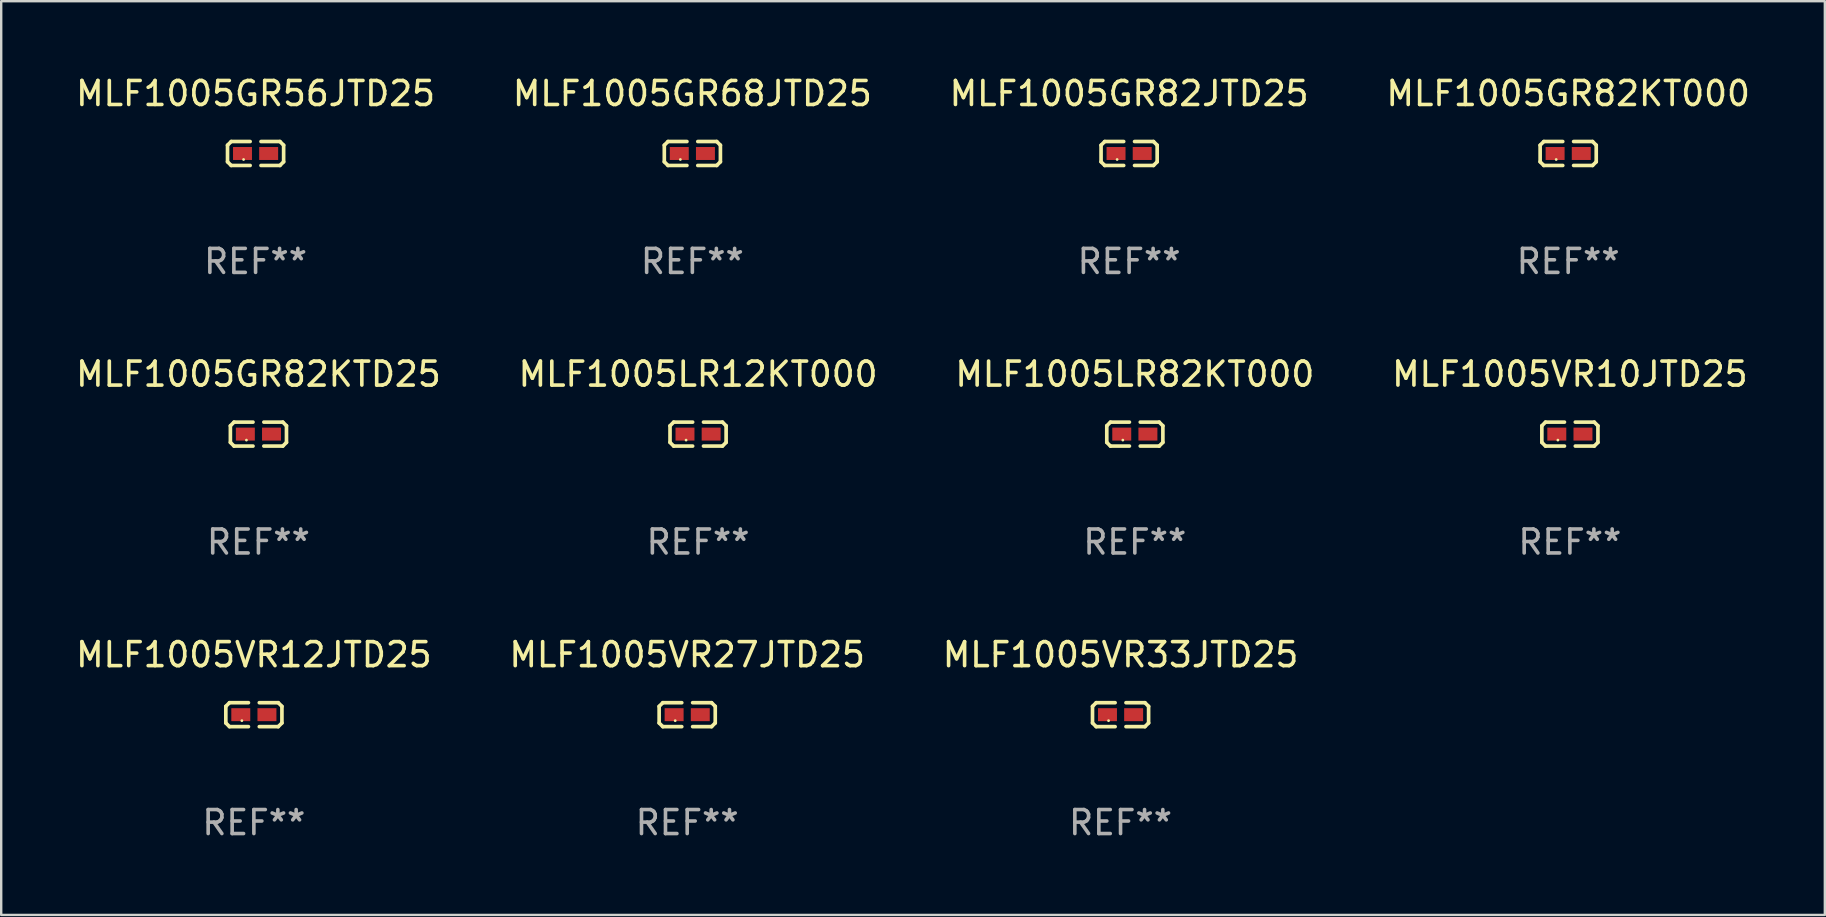
<source format=kicad_pcb>
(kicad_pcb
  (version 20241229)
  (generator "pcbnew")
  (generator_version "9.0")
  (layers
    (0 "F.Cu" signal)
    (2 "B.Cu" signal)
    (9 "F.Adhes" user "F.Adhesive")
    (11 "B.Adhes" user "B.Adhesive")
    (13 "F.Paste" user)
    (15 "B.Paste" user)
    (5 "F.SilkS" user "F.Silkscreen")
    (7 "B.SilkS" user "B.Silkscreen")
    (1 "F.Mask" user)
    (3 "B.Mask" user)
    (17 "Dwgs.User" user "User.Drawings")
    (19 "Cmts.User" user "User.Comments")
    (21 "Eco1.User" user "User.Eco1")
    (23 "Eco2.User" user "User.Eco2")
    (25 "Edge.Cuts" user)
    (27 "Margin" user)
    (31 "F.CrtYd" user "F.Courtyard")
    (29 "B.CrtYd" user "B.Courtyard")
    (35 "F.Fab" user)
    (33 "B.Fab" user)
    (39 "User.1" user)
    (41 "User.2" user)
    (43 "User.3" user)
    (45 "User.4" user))
  (footprint "MLF1005VR27JTD25"
    (layer "F.Cu")
    (at 25.589 26.734)
    (property "Reference" "MLF1005VR27JTD25" (at 0 -2.499 0) (layer "F.SilkS") (effects (font (size 1 1) (thickness 0.15))))
    (attr through_hole)
    (fp_line (start -1.169 -0.346) (end -1.016 -0.499) (stroke (width 0.152) (type solid)) (layer "F.SilkS"))
    (fp_line (start -1.169 0.346) (end -1.169 -0.346) (stroke (width 0.152) (type solid)) (layer "F.SilkS"))
    (fp_line (start -1.016 -0.499) (end -0.226 -0.499) (stroke (width 0.152) (type solid)) (layer "F.SilkS"))
    (fp_line (start -1.016 0.499) (end -1.169 0.346) (stroke (width 0.152) (type solid)) (layer "F.SilkS"))
    (fp_line (start -0.226 0.499) (end -1.016 0.499) (stroke (width 0.152) (type solid)) (layer "F.SilkS"))
    (fp_line (start 0.226 0.499) (end 1.016 0.499) (stroke (width 0.152) (type solid)) (layer "F.SilkS"))
    (fp_line (start 1.016 -0.499) (end 0.226 -0.499) (stroke (width 0.152) (type solid)) (layer "F.SilkS"))
    (fp_line (start 1.016 0.499) (end 1.169 0.346) (stroke (width 0.152) (type solid)) (layer "F.SilkS"))
    (fp_line (start 1.169 -0.346) (end 1.016 -0.499) (stroke (width 0.152) (type solid)) (layer "F.SilkS"))
    (fp_line (start 1.169 0.346) (end 1.169 -0.346) (stroke (width 0.152) (type solid)) (layer "F.SilkS"))
    (fp_circle (center -0.5 0.25) (end -0.47 0.25) (stroke (width 0.06) (type solid)) (fill no) (layer "F.SilkS"))
    (fp_text user "REF**" (at 0 4.499 0) (layer "F.Fab") (effects (font (size 1 1) (thickness 0.15))))
    (pad "1" smd rect (at -0.545 0) (size 0.79 0.54) (layers "F.Cu" "F.Mask" "F.Paste"))
    (pad "2" smd rect (at 0.545 0) (size 0.79 0.54) (layers "F.Cu" "F.Mask" "F.Paste")))
  (footprint "MLF1005LR82KT000"
    (layer "F.Cu")
    (at 44.244 15.041)
    (property "Reference" "MLF1005LR82KT000" (at 0 -2.499 0) (layer "F.SilkS") (effects (font (size 1 1) (thickness 0.15))))
    (attr through_hole)
    (fp_line (start -1.169 -0.346) (end -1.016 -0.499) (stroke (width 0.152) (type solid)) (layer "F.SilkS"))
    (fp_line (start -1.169 0.346) (end -1.169 -0.346) (stroke (width 0.152) (type solid)) (layer "F.SilkS"))
    (fp_line (start -1.016 -0.499) (end -0.226 -0.499) (stroke (width 0.152) (type solid)) (layer "F.SilkS"))
    (fp_line (start -1.016 0.499) (end -1.169 0.346) (stroke (width 0.152) (type solid)) (layer "F.SilkS"))
    (fp_line (start -0.226 0.499) (end -1.016 0.499) (stroke (width 0.152) (type solid)) (layer "F.SilkS"))
    (fp_line (start 0.226 0.499) (end 1.016 0.499) (stroke (width 0.152) (type solid)) (layer "F.SilkS"))
    (fp_line (start 1.016 -0.499) (end 0.226 -0.499) (stroke (width 0.152) (type solid)) (layer "F.SilkS"))
    (fp_line (start 1.016 0.499) (end 1.169 0.346) (stroke (width 0.152) (type solid)) (layer "F.SilkS"))
    (fp_line (start 1.169 -0.346) (end 1.016 -0.499) (stroke (width 0.152) (type solid)) (layer "F.SilkS"))
    (fp_line (start 1.169 0.346) (end 1.169 -0.346) (stroke (width 0.152) (type solid)) (layer "F.SilkS"))
    (fp_circle (center -0.5 0.25) (end -0.47 0.25) (stroke (width 0.06) (type solid)) (fill no) (layer "F.SilkS"))
    (fp_text user "REF**" (at 0 4.499 0) (layer "F.Fab") (effects (font (size 1 1) (thickness 0.15))))
    (pad "1" smd rect (at -0.545 0) (size 0.79 0.54) (layers "F.Cu" "F.Mask" "F.Paste"))
    (pad "2" smd rect (at 0.545 0) (size 0.79 0.54) (layers "F.Cu" "F.Mask" "F.Paste")))
  (footprint "MLF1005VR10JTD25"
    (layer "F.Cu")
    (at 62.375 15.041)
    (property "Reference" "MLF1005VR10JTD25" (at 0 -2.499 0) (layer "F.SilkS") (effects (font (size 1 1) (thickness 0.15))))
    (attr through_hole)
    (fp_line (start -1.169 -0.346) (end -1.016 -0.499) (stroke (width 0.152) (type solid)) (layer "F.SilkS"))
    (fp_line (start -1.169 0.346) (end -1.169 -0.346) (stroke (width 0.152) (type solid)) (layer "F.SilkS"))
    (fp_line (start -1.016 -0.499) (end -0.226 -0.499) (stroke (width 0.152) (type solid)) (layer "F.SilkS"))
    (fp_line (start -1.016 0.499) (end -1.169 0.346) (stroke (width 0.152) (type solid)) (layer "F.SilkS"))
    (fp_line (start -0.226 0.499) (end -1.016 0.499) (stroke (width 0.152) (type solid)) (layer "F.SilkS"))
    (fp_line (start 0.226 0.499) (end 1.016 0.499) (stroke (width 0.152) (type solid)) (layer "F.SilkS"))
    (fp_line (start 1.016 -0.499) (end 0.226 -0.499) (stroke (width 0.152) (type solid)) (layer "F.SilkS"))
    (fp_line (start 1.016 0.499) (end 1.169 0.346) (stroke (width 0.152) (type solid)) (layer "F.SilkS"))
    (fp_line (start 1.169 -0.346) (end 1.016 -0.499) (stroke (width 0.152) (type solid)) (layer "F.SilkS"))
    (fp_line (start 1.169 0.346) (end 1.169 -0.346) (stroke (width 0.152) (type solid)) (layer "F.SilkS"))
    (fp_circle (center -0.5 0.25) (end -0.47 0.25) (stroke (width 0.06) (type solid)) (fill no) (layer "F.SilkS"))
    (fp_text user "REF**" (at 0 4.499 0) (layer "F.Fab") (effects (font (size 1 1) (thickness 0.15))))
    (pad "1" smd rect (at -0.545 0) (size 0.79 0.54) (layers "F.Cu" "F.Mask" "F.Paste"))
    (pad "2" smd rect (at 0.545 0) (size 0.79 0.54) (layers "F.Cu" "F.Mask" "F.Paste")))
  (footprint "MLF1005GR56JTD25"
    (layer "F.Cu")
    (at 7.601 3.347)
    (property "Reference" "MLF1005GR56JTD25" (at 0 -2.499 0) (layer "F.SilkS") (effects (font (size 1 1) (thickness 0.15))))
    (attr through_hole)
    (fp_line (start -1.169 -0.346) (end -1.016 -0.499) (stroke (width 0.152) (type solid)) (layer "F.SilkS"))
    (fp_line (start -1.169 0.346) (end -1.169 -0.346) (stroke (width 0.152) (type solid)) (layer "F.SilkS"))
    (fp_line (start -1.016 -0.499) (end -0.226 -0.499) (stroke (width 0.152) (type solid)) (layer "F.SilkS"))
    (fp_line (start -1.016 0.499) (end -1.169 0.346) (stroke (width 0.152) (type solid)) (layer "F.SilkS"))
    (fp_line (start -0.226 0.499) (end -1.016 0.499) (stroke (width 0.152) (type solid)) (layer "F.SilkS"))
    (fp_line (start 0.226 0.499) (end 1.016 0.499) (stroke (width 0.152) (type solid)) (layer "F.SilkS"))
    (fp_line (start 1.016 -0.499) (end 0.226 -0.499) (stroke (width 0.152) (type solid)) (layer "F.SilkS"))
    (fp_line (start 1.016 0.499) (end 1.169 0.346) (stroke (width 0.152) (type solid)) (layer "F.SilkS"))
    (fp_line (start 1.169 -0.346) (end 1.016 -0.499) (stroke (width 0.152) (type solid)) (layer "F.SilkS"))
    (fp_line (start 1.169 0.346) (end 1.169 -0.346) (stroke (width 0.152) (type solid)) (layer "F.SilkS"))
    (fp_circle (center -0.5 0.25) (end -0.47 0.25) (stroke (width 0.06) (type solid)) (fill no) (layer "F.SilkS"))
    (fp_text user "REF**" (at 0 4.499 0) (layer "F.Fab") (effects (font (size 1 1) (thickness 0.15))))
    (pad "1" smd rect (at -0.545 0) (size 0.79 0.54) (layers "F.Cu" "F.Mask" "F.Paste"))
    (pad "2" smd rect (at 0.545 0) (size 0.79 0.54) (layers "F.Cu" "F.Mask" "F.Paste")))
  (footprint "MLF1005GR82JTD25"
    (layer "F.Cu")
    (at 44.006 3.347)
    (property "Reference" "MLF1005GR82JTD25" (at 0 -2.499 0) (layer "F.SilkS") (effects (font (size 1 1) (thickness 0.15))))
    (attr through_hole)
    (fp_line (start -1.169 -0.346) (end -1.016 -0.499) (stroke (width 0.152) (type solid)) (layer "F.SilkS"))
    (fp_line (start -1.169 0.346) (end -1.169 -0.346) (stroke (width 0.152) (type solid)) (layer "F.SilkS"))
    (fp_line (start -1.016 -0.499) (end -0.226 -0.499) (stroke (width 0.152) (type solid)) (layer "F.SilkS"))
    (fp_line (start -1.016 0.499) (end -1.169 0.346) (stroke (width 0.152) (type solid)) (layer "F.SilkS"))
    (fp_line (start -0.226 0.499) (end -1.016 0.499) (stroke (width 0.152) (type solid)) (layer "F.SilkS"))
    (fp_line (start 0.226 0.499) (end 1.016 0.499) (stroke (width 0.152) (type solid)) (layer "F.SilkS"))
    (fp_line (start 1.016 -0.499) (end 0.226 -0.499) (stroke (width 0.152) (type solid)) (layer "F.SilkS"))
    (fp_line (start 1.016 0.499) (end 1.169 0.346) (stroke (width 0.152) (type solid)) (layer "F.SilkS"))
    (fp_line (start 1.169 -0.346) (end 1.016 -0.499) (stroke (width 0.152) (type solid)) (layer "F.SilkS"))
    (fp_line (start 1.169 0.346) (end 1.169 -0.346) (stroke (width 0.152) (type solid)) (layer "F.SilkS"))
    (fp_circle (center -0.5 0.25) (end -0.47 0.25) (stroke (width 0.06) (type solid)) (fill no) (layer "F.SilkS"))
    (fp_text user "REF**" (at 0 4.499 0) (layer "F.Fab") (effects (font (size 1 1) (thickness 0.15))))
    (pad "1" smd rect (at -0.545 0) (size 0.79 0.54) (layers "F.Cu" "F.Mask" "F.Paste"))
    (pad "2" smd rect (at 0.545 0) (size 0.79 0.54) (layers "F.Cu" "F.Mask" "F.Paste")))
  (footprint "MLF1005VR33JTD25"
    (layer "F.Cu")
    (at 43.649 26.734)
    (property "Reference" "MLF1005VR33JTD25" (at 0 -2.499 0) (layer "F.SilkS") (effects (font (size 1 1) (thickness 0.15))))
    (attr through_hole)
    (fp_line (start -1.169 -0.346) (end -1.016 -0.499) (stroke (width 0.152) (type solid)) (layer "F.SilkS"))
    (fp_line (start -1.169 0.346) (end -1.169 -0.346) (stroke (width 0.152) (type solid)) (layer "F.SilkS"))
    (fp_line (start -1.016 -0.499) (end -0.226 -0.499) (stroke (width 0.152) (type solid)) (layer "F.SilkS"))
    (fp_line (start -1.016 0.499) (end -1.169 0.346) (stroke (width 0.152) (type solid)) (layer "F.SilkS"))
    (fp_line (start -0.226 0.499) (end -1.016 0.499) (stroke (width 0.152) (type solid)) (layer "F.SilkS"))
    (fp_line (start 0.226 0.499) (end 1.016 0.499) (stroke (width 0.152) (type solid)) (layer "F.SilkS"))
    (fp_line (start 1.016 -0.499) (end 0.226 -0.499) (stroke (width 0.152) (type solid)) (layer "F.SilkS"))
    (fp_line (start 1.016 0.499) (end 1.169 0.346) (stroke (width 0.152) (type solid)) (layer "F.SilkS"))
    (fp_line (start 1.169 -0.346) (end 1.016 -0.499) (stroke (width 0.152) (type solid)) (layer "F.SilkS"))
    (fp_line (start 1.169 0.346) (end 1.169 -0.346) (stroke (width 0.152) (type solid)) (layer "F.SilkS"))
    (fp_circle (center -0.5 0.25) (end -0.47 0.25) (stroke (width 0.06) (type solid)) (fill no) (layer "F.SilkS"))
    (fp_text user "REF**" (at 0 4.499 0) (layer "F.Fab") (effects (font (size 1 1) (thickness 0.15))))
    (pad "1" smd rect (at -0.545 0) (size 0.79 0.54) (layers "F.Cu" "F.Mask" "F.Paste"))
    (pad "2" smd rect (at 0.545 0) (size 0.79 0.54) (layers "F.Cu" "F.Mask" "F.Paste")))
  (footprint "MLF1005GR82KTD25"
    (layer "F.Cu")
    (at 7.72 15.041)
    (property "Reference" "MLF1005GR82KTD25" (at 0 -2.499 0) (layer "F.SilkS") (effects (font (size 1 1) (thickness 0.15))))
    (attr through_hole)
    (fp_line (start -1.169 -0.346) (end -1.016 -0.499) (stroke (width 0.152) (type solid)) (layer "F.SilkS"))
    (fp_line (start -1.169 0.346) (end -1.169 -0.346) (stroke (width 0.152) (type solid)) (layer "F.SilkS"))
    (fp_line (start -1.016 -0.499) (end -0.226 -0.499) (stroke (width 0.152) (type solid)) (layer "F.SilkS"))
    (fp_line (start -1.016 0.499) (end -1.169 0.346) (stroke (width 0.152) (type solid)) (layer "F.SilkS"))
    (fp_line (start -0.226 0.499) (end -1.016 0.499) (stroke (width 0.152) (type solid)) (layer "F.SilkS"))
    (fp_line (start 0.226 0.499) (end 1.016 0.499) (stroke (width 0.152) (type solid)) (layer "F.SilkS"))
    (fp_line (start 1.016 -0.499) (end 0.226 -0.499) (stroke (width 0.152) (type solid)) (layer "F.SilkS"))
    (fp_line (start 1.016 0.499) (end 1.169 0.346) (stroke (width 0.152) (type solid)) (layer "F.SilkS"))
    (fp_line (start 1.169 -0.346) (end 1.016 -0.499) (stroke (width 0.152) (type solid)) (layer "F.SilkS"))
    (fp_line (start 1.169 0.346) (end 1.169 -0.346) (stroke (width 0.152) (type solid)) (layer "F.SilkS"))
    (fp_circle (center -0.5 0.25) (end -0.47 0.25) (stroke (width 0.06) (type solid)) (fill no) (layer "F.SilkS"))
    (fp_text user "REF**" (at 0 4.499 0) (layer "F.Fab") (effects (font (size 1 1) (thickness 0.15))))
    (pad "1" smd rect (at -0.545 0) (size 0.79 0.54) (layers "F.Cu" "F.Mask" "F.Paste"))
    (pad "2" smd rect (at 0.545 0) (size 0.79 0.54) (layers "F.Cu" "F.Mask" "F.Paste")))
  (footprint "MLF1005GR68JTD25"
    (layer "F.Cu")
    (at 25.804 3.347)
    (property "Reference" "MLF1005GR68JTD25" (at 0 -2.499 0) (layer "F.SilkS") (effects (font (size 1 1) (thickness 0.15))))
    (attr through_hole)
    (fp_line (start -1.169 -0.346) (end -1.016 -0.499) (stroke (width 0.152) (type solid)) (layer "F.SilkS"))
    (fp_line (start -1.169 0.346) (end -1.169 -0.346) (stroke (width 0.152) (type solid)) (layer "F.SilkS"))
    (fp_line (start -1.016 -0.499) (end -0.226 -0.499) (stroke (width 0.152) (type solid)) (layer "F.SilkS"))
    (fp_line (start -1.016 0.499) (end -1.169 0.346) (stroke (width 0.152) (type solid)) (layer "F.SilkS"))
    (fp_line (start -0.226 0.499) (end -1.016 0.499) (stroke (width 0.152) (type solid)) (layer "F.SilkS"))
    (fp_line (start 0.226 0.499) (end 1.016 0.499) (stroke (width 0.152) (type solid)) (layer "F.SilkS"))
    (fp_line (start 1.016 -0.499) (end 0.226 -0.499) (stroke (width 0.152) (type solid)) (layer "F.SilkS"))
    (fp_line (start 1.016 0.499) (end 1.169 0.346) (stroke (width 0.152) (type solid)) (layer "F.SilkS"))
    (fp_line (start 1.169 -0.346) (end 1.016 -0.499) (stroke (width 0.152) (type solid)) (layer "F.SilkS"))
    (fp_line (start 1.169 0.346) (end 1.169 -0.346) (stroke (width 0.152) (type solid)) (layer "F.SilkS"))
    (fp_circle (center -0.5 0.25) (end -0.47 0.25) (stroke (width 0.06) (type solid)) (fill no) (layer "F.SilkS"))
    (fp_text user "REF**" (at 0 4.499 0) (layer "F.Fab") (effects (font (size 1 1) (thickness 0.15))))
    (pad "1" smd rect (at -0.545 0) (size 0.79 0.54) (layers "F.Cu" "F.Mask" "F.Paste"))
    (pad "2" smd rect (at 0.545 0) (size 0.79 0.54) (layers "F.Cu" "F.Mask" "F.Paste")))
  (footprint "MLF1005GR82KT000"
    (layer "F.Cu")
    (at 62.304 3.347)
    (property "Reference" "MLF1005GR82KT000" (at 0 -2.499 0) (layer "F.SilkS") (effects (font (size 1 1) (thickness 0.15))))
    (attr through_hole)
    (fp_line (start -1.169 -0.346) (end -1.016 -0.499) (stroke (width 0.152) (type solid)) (layer "F.SilkS"))
    (fp_line (start -1.169 0.346) (end -1.169 -0.346) (stroke (width 0.152) (type solid)) (layer "F.SilkS"))
    (fp_line (start -1.016 -0.499) (end -0.226 -0.499) (stroke (width 0.152) (type solid)) (layer "F.SilkS"))
    (fp_line (start -1.016 0.499) (end -1.169 0.346) (stroke (width 0.152) (type solid)) (layer "F.SilkS"))
    (fp_line (start -0.226 0.499) (end -1.016 0.499) (stroke (width 0.152) (type solid)) (layer "F.SilkS"))
    (fp_line (start 0.226 0.499) (end 1.016 0.499) (stroke (width 0.152) (type solid)) (layer "F.SilkS"))
    (fp_line (start 1.016 -0.499) (end 0.226 -0.499) (stroke (width 0.152) (type solid)) (layer "F.SilkS"))
    (fp_line (start 1.016 0.499) (end 1.169 0.346) (stroke (width 0.152) (type solid)) (layer "F.SilkS"))
    (fp_line (start 1.169 -0.346) (end 1.016 -0.499) (stroke (width 0.152) (type solid)) (layer "F.SilkS"))
    (fp_line (start 1.169 0.346) (end 1.169 -0.346) (stroke (width 0.152) (type solid)) (layer "F.SilkS"))
    (fp_circle (center -0.5 0.25) (end -0.47 0.25) (stroke (width 0.06) (type solid)) (fill no) (layer "F.SilkS"))
    (fp_text user "REF**" (at 0 4.499 0) (layer "F.Fab") (effects (font (size 1 1) (thickness 0.15))))
    (pad "1" smd rect (at -0.545 0) (size 0.79 0.54) (layers "F.Cu" "F.Mask" "F.Paste"))
    (pad "2" smd rect (at 0.545 0) (size 0.79 0.54) (layers "F.Cu" "F.Mask" "F.Paste")))
  (footprint "MLF1005VR12JTD25"
    (layer "F.Cu")
    (at 7.53 26.734)
    (property "Reference" "MLF1005VR12JTD25" (at 0 -2.499 0) (layer "F.SilkS") (effects (font (size 1 1) (thickness 0.15))))
    (attr through_hole)
    (fp_line (start -1.169 -0.346) (end -1.016 -0.499) (stroke (width 0.152) (type solid)) (layer "F.SilkS"))
    (fp_line (start -1.169 0.346) (end -1.169 -0.346) (stroke (width 0.152) (type solid)) (layer "F.SilkS"))
    (fp_line (start -1.016 -0.499) (end -0.226 -0.499) (stroke (width 0.152) (type solid)) (layer "F.SilkS"))
    (fp_line (start -1.016 0.499) (end -1.169 0.346) (stroke (width 0.152) (type solid)) (layer "F.SilkS"))
    (fp_line (start -0.226 0.499) (end -1.016 0.499) (stroke (width 0.152) (type solid)) (layer "F.SilkS"))
    (fp_line (start 0.226 0.499) (end 1.016 0.499) (stroke (width 0.152) (type solid)) (layer "F.SilkS"))
    (fp_line (start 1.016 -0.499) (end 0.226 -0.499) (stroke (width 0.152) (type solid)) (layer "F.SilkS"))
    (fp_line (start 1.016 0.499) (end 1.169 0.346) (stroke (width 0.152) (type solid)) (layer "F.SilkS"))
    (fp_line (start 1.169 -0.346) (end 1.016 -0.499) (stroke (width 0.152) (type solid)) (layer "F.SilkS"))
    (fp_line (start 1.169 0.346) (end 1.169 -0.346) (stroke (width 0.152) (type solid)) (layer "F.SilkS"))
    (fp_circle (center -0.5 0.25) (end -0.47 0.25) (stroke (width 0.06) (type solid)) (fill no) (layer "F.SilkS"))
    (fp_text user "REF**" (at 0 4.499 0) (layer "F.Fab") (effects (font (size 1 1) (thickness 0.15))))
    (pad "1" smd rect (at -0.545 0) (size 0.79 0.54) (layers "F.Cu" "F.Mask" "F.Paste"))
    (pad "2" smd rect (at 0.545 0) (size 0.79 0.54) (layers "F.Cu" "F.Mask" "F.Paste")))
  (footprint "MLF1005LR12KT000"
    (layer "F.Cu")
    (at 26.042 15.041)
    (property "Reference" "MLF1005LR12KT000" (at 0 -2.499 0) (layer "F.SilkS") (effects (font (size 1 1) (thickness 0.15))))
    (attr through_hole)
    (fp_line (start -1.169 -0.346) (end -1.016 -0.499) (stroke (width 0.152) (type solid)) (layer "F.SilkS"))
    (fp_line (start -1.169 0.346) (end -1.169 -0.346) (stroke (width 0.152) (type solid)) (layer "F.SilkS"))
    (fp_line (start -1.016 -0.499) (end -0.226 -0.499) (stroke (width 0.152) (type solid)) (layer "F.SilkS"))
    (fp_line (start -1.016 0.499) (end -1.169 0.346) (stroke (width 0.152) (type solid)) (layer "F.SilkS"))
    (fp_line (start -0.226 0.499) (end -1.016 0.499) (stroke (width 0.152) (type solid)) (layer "F.SilkS"))
    (fp_line (start 0.226 0.499) (end 1.016 0.499) (stroke (width 0.152) (type solid)) (layer "F.SilkS"))
    (fp_line (start 1.016 -0.499) (end 0.226 -0.499) (stroke (width 0.152) (type solid)) (layer "F.SilkS"))
    (fp_line (start 1.016 0.499) (end 1.169 0.346) (stroke (width 0.152) (type solid)) (layer "F.SilkS"))
    (fp_line (start 1.169 -0.346) (end 1.016 -0.499) (stroke (width 0.152) (type solid)) (layer "F.SilkS"))
    (fp_line (start 1.169 0.346) (end 1.169 -0.346) (stroke (width 0.152) (type solid)) (layer "F.SilkS"))
    (fp_circle (center -0.5 0.25) (end -0.47 0.25) (stroke (width 0.06) (type solid)) (fill no) (layer "F.SilkS"))
    (fp_text user "REF**" (at 0 4.499 0) (layer "F.Fab") (effects (font (size 1 1) (thickness 0.15))))
    (pad "1" smd rect (at -0.545 0) (size 0.79 0.54) (layers "F.Cu" "F.Mask" "F.Paste"))
    (pad "2" smd rect (at 0.545 0) (size 0.79 0.54) (layers "F.Cu" "F.Mask" "F.Paste")))
  (gr_rect
    (start -3 -3)
    (end 73 35.081)
    (stroke (width 0.1) (type default))
    (fill no)
    (layer "Edge.Cuts")))
</source>
